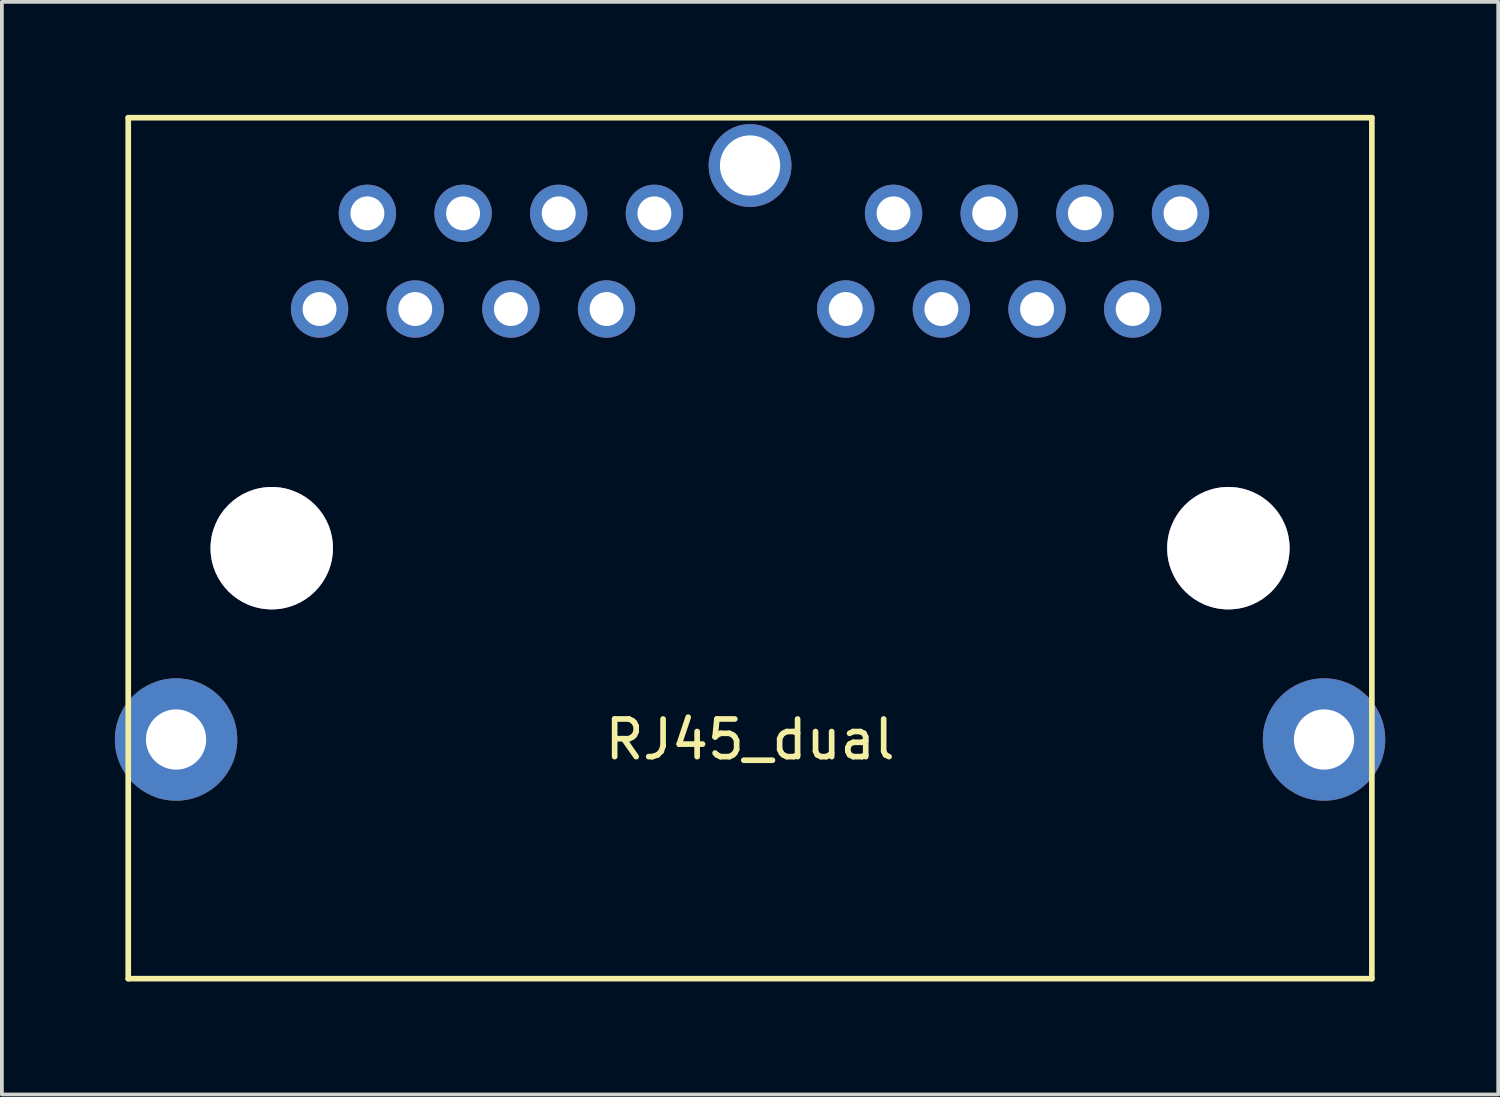
<source format=kicad_pcb>
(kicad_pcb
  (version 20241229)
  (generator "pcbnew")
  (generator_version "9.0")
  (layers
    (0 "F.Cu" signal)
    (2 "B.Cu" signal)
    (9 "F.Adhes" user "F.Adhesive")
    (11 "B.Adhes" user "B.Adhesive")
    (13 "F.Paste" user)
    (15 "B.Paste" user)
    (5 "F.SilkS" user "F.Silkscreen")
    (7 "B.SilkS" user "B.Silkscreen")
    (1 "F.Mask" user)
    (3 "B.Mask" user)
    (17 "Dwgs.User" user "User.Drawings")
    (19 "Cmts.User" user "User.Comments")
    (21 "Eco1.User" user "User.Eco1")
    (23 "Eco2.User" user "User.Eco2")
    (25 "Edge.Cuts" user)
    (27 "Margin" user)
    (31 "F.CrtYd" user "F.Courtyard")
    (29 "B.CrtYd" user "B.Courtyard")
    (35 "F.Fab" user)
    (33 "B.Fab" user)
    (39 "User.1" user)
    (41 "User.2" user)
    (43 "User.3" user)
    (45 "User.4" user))
  (footprint "RJ45_dual"
    (layer "F.Cu")
    (at 16.865 11.505)
    (property "Reference" "RJ45_dual" (at 0 5.08 0) (layer "F.SilkS") (effects (font (size 1 1) (thickness 0.15))))
    (attr through_hole)
    (fp_line (start -16.51 -11.43) (end 16.51 -11.43) (stroke (width 0.15) (type solid)) (layer "F.SilkS"))
    (fp_line (start -16.51 11.43) (end -16.51 -11.43) (stroke (width 0.15) (type solid)) (layer "F.SilkS"))
    (fp_line (start 16.51 -11.43) (end 16.51 11.43) (stroke (width 0.15) (type solid)) (layer "F.SilkS"))
    (fp_line (start 16.51 11.43) (end -16.51 11.43) (stroke (width 0.15) (type solid)) (layer "F.SilkS"))
    (pad "1" thru_hole circle (at -2.54 -8.89) (size 1.524 1.524) (drill 0.9) (layers "*.Cu" "*.Mask"))
    (pad "2" thru_hole circle (at -5.08 -8.89) (size 1.524 1.524) (drill 0.9) (layers "*.Cu" "*.Mask"))
    (pad "3" thru_hole circle (at -7.62 -8.89) (size 1.524 1.524) (drill 0.9) (layers "*.Cu" "*.Mask"))
    (pad "4" thru_hole circle (at -10.16 -8.89) (size 1.524 1.524) (drill 0.9) (layers "*.Cu" "*.Mask"))
    (pad "5" thru_hole circle (at -8.89 -6.35) (size 1.524 1.524) (drill 0.9) (layers "*.Cu" "*.Mask"))
    (pad "6" thru_hole circle (at -11.43 -6.35) (size 1.524 1.524) (drill 0.9) (layers "*.Cu" "*.Mask"))
    (pad "7" thru_hole circle (at -6.35 -6.35) (size 1.524 1.524) (drill 0.9) (layers "*.Cu" "*.Mask"))
    (pad "8" thru_hole circle (at -3.81 -6.35) (size 1.524 1.524) (drill 0.9) (layers "*.Cu" "*.Mask"))
    (pad "9" thru_hole circle (at 3.81 -8.89) (size 1.524 1.524) (drill 0.9) (layers "*.Cu" "*.Mask"))
    (pad "10" thru_hole circle (at 6.35 -8.89) (size 1.524 1.524) (drill 0.9) (layers "*.Cu" "*.Mask"))
    (pad "11" thru_hole circle (at 8.89 -8.89) (size 1.524 1.524) (drill 0.9) (layers "*.Cu" "*.Mask"))
    (pad "12" thru_hole circle (at 11.43 -8.89) (size 1.524 1.524) (drill 0.9) (layers "*.Cu" "*.Mask"))
    (pad "13" thru_hole circle (at 10.16 -6.35) (size 1.524 1.524) (drill 0.9) (layers "*.Cu" "*.Mask"))
    (pad "14" thru_hole circle (at 7.62 -6.35) (size 1.524 1.524) (drill 0.9) (layers "*.Cu" "*.Mask"))
    (pad "15" thru_hole circle (at 5.08 -6.35) (size 1.524 1.524) (drill 0.9) (layers "*.Cu" "*.Mask"))
    (pad "16" thru_hole circle (at 2.54 -6.35) (size 1.524 1.524) (drill 0.9) (layers "*.Cu" "*.Mask"))
    (pad "17" thru_hole circle (at 12.7 0) (size 3.25 3.25) (drill 3.25) (layers "*.Cu" "*.Mask"))
    (pad "18" thru_hole circle (at -12.7 0) (size 3.25 3.25) (drill 3.25) (layers "*.Cu" "*.Mask"))
    (pad "19" thru_hole circle (at -15.24 5.08) (size 3.25 3.25) (drill 1.6) (layers "*.Cu" "*.Mask"))
    (pad "20" thru_hole circle (at 15.24 5.08) (size 3.25 3.25) (drill 1.6) (layers "*.Cu" "*.Mask"))
    (pad "21" thru_hole circle (at 0 -10.16) (size 2.2 2.2) (drill 1.6) (layers "*.Cu" "*.Mask")))
  (gr_rect
    (start -3 -3)
    (end 36.73 26.01)
    (stroke (width 0.1) (type default))
    (fill no)
    (layer "Edge.Cuts")))
</source>
